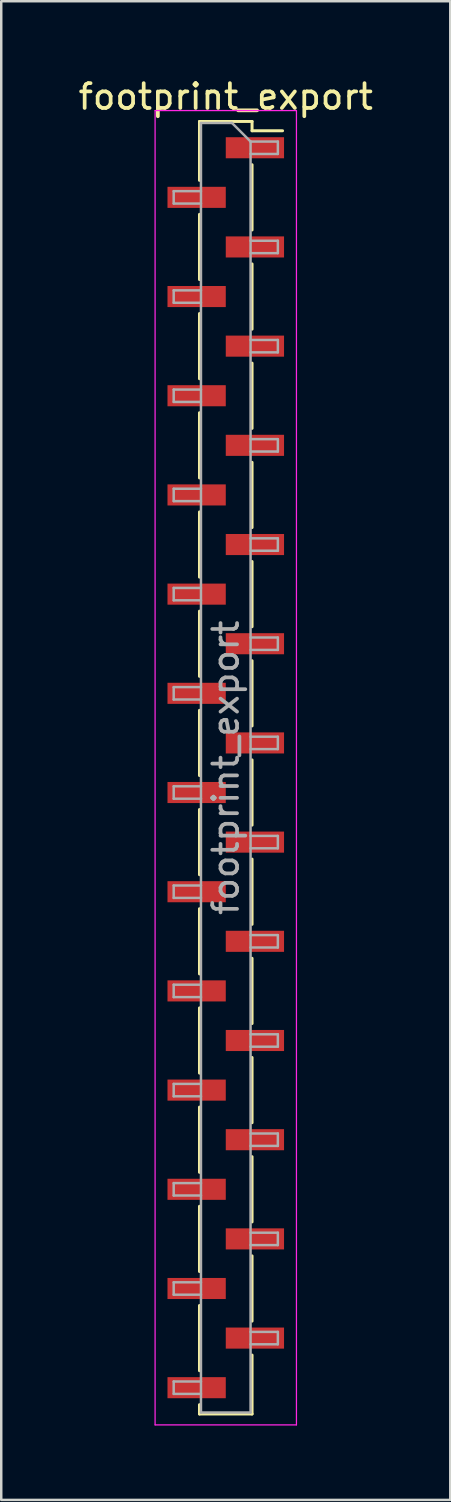
<source format=kicad_pcb>
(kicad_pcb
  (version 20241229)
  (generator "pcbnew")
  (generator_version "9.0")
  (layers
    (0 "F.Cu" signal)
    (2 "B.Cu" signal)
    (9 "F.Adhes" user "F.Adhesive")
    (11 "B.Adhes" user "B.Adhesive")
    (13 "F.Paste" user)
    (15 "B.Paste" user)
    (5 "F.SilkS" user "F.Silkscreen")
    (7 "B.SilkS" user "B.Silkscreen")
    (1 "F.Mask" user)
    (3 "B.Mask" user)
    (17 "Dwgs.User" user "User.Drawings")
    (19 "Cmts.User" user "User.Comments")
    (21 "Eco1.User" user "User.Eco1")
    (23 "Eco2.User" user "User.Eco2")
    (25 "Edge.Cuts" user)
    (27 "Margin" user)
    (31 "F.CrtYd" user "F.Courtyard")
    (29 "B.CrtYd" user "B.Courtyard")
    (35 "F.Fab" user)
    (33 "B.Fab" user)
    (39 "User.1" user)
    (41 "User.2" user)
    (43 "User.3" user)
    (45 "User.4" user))
  (footprint "footprint_export"
    (layer "F.Cu")
    (at 6.054 27.908)
    (property "Reference" "footprint_export" (at 0 -27.06 0) (layer "F.SilkS") (effects (font (size 1 1) (thickness 0.15))))
    (attr smd)
    (fp_line (start -1.06 -26.06) (end -1.06 -23.685) (stroke (width 0.12) (type solid)) (layer "F.SilkS"))
    (fp_line (start -1.06 -26.06) (end 1.06 -26.06) (stroke (width 0.12) (type solid)) (layer "F.SilkS"))
    (fp_line (start -1.06 -22.315) (end -1.06 -19.685) (stroke (width 0.12) (type solid)) (layer "F.SilkS"))
    (fp_line (start -1.06 -18.315) (end -1.06 -15.685) (stroke (width 0.12) (type solid)) (layer "F.SilkS"))
    (fp_line (start -1.06 -14.315) (end -1.06 -11.685) (stroke (width 0.12) (type solid)) (layer "F.SilkS"))
    (fp_line (start -1.06 -10.315) (end -1.06 -7.685) (stroke (width 0.12) (type solid)) (layer "F.SilkS"))
    (fp_line (start -1.06 -6.315) (end -1.06 -3.685) (stroke (width 0.12) (type solid)) (layer "F.SilkS"))
    (fp_line (start -1.06 -2.315) (end -1.06 0.315) (stroke (width 0.12) (type solid)) (layer "F.SilkS"))
    (fp_line (start -1.06 1.685) (end -1.06 4.315) (stroke (width 0.12) (type solid)) (layer "F.SilkS"))
    (fp_line (start -1.06 5.685) (end -1.06 8.315) (stroke (width 0.12) (type solid)) (layer "F.SilkS"))
    (fp_line (start -1.06 9.685) (end -1.06 12.315) (stroke (width 0.12) (type solid)) (layer "F.SilkS"))
    (fp_line (start -1.06 13.685) (end -1.06 16.315) (stroke (width 0.12) (type solid)) (layer "F.SilkS"))
    (fp_line (start -1.06 17.685) (end -1.06 20.315) (stroke (width 0.12) (type solid)) (layer "F.SilkS"))
    (fp_line (start -1.06 21.685) (end -1.06 24.315) (stroke (width 0.12) (type solid)) (layer "F.SilkS"))
    (fp_line (start -1.06 25.685) (end -1.06 26.06) (stroke (width 0.12) (type solid)) (layer "F.SilkS"))
    (fp_line (start -1.06 26.06) (end 1.06 26.06) (stroke (width 0.12) (type solid)) (layer "F.SilkS"))
    (fp_line (start 1.06 -26.06) (end 1.06 -25.685) (stroke (width 0.12) (type solid)) (layer "F.SilkS"))
    (fp_line (start 1.06 -25.685) (end 2.29 -25.685) (stroke (width 0.12) (type solid)) (layer "F.SilkS"))
    (fp_line (start 1.06 -24.315) (end 1.06 -21.685) (stroke (width 0.12) (type solid)) (layer "F.SilkS"))
    (fp_line (start 1.06 -20.315) (end 1.06 -17.685) (stroke (width 0.12) (type solid)) (layer "F.SilkS"))
    (fp_line (start 1.06 -16.315) (end 1.06 -13.685) (stroke (width 0.12) (type solid)) (layer "F.SilkS"))
    (fp_line (start 1.06 -12.315) (end 1.06 -9.685) (stroke (width 0.12) (type solid)) (layer "F.SilkS"))
    (fp_line (start 1.06 -8.315) (end 1.06 -5.685) (stroke (width 0.12) (type solid)) (layer "F.SilkS"))
    (fp_line (start 1.06 -4.315) (end 1.06 -1.685) (stroke (width 0.12) (type solid)) (layer "F.SilkS"))
    (fp_line (start 1.06 -0.315) (end 1.06 2.315) (stroke (width 0.12) (type solid)) (layer "F.SilkS"))
    (fp_line (start 1.06 3.685) (end 1.06 6.315) (stroke (width 0.12) (type solid)) (layer "F.SilkS"))
    (fp_line (start 1.06 7.685) (end 1.06 10.315) (stroke (width 0.12) (type solid)) (layer "F.SilkS"))
    (fp_line (start 1.06 11.685) (end 1.06 14.315) (stroke (width 0.12) (type solid)) (layer "F.SilkS"))
    (fp_line (start 1.06 15.685) (end 1.06 18.315) (stroke (width 0.12) (type solid)) (layer "F.SilkS"))
    (fp_line (start 1.06 19.685) (end 1.06 22.315) (stroke (width 0.12) (type solid)) (layer "F.SilkS"))
    (fp_line (start 1.06 23.685) (end 1.06 26.06) (stroke (width 0.12) (type solid)) (layer "F.SilkS"))
    (fp_line (start -2.85 -26.5) (end -2.85 26.5) (stroke (width 0.05) (type solid)) (layer "F.CrtYd"))
    (fp_line (start -2.85 26.5) (end 2.85 26.5) (stroke (width 0.05) (type solid)) (layer "F.CrtYd"))
    (fp_line (start 2.85 -26.5) (end -2.85 -26.5) (stroke (width 0.05) (type solid)) (layer "F.CrtYd"))
    (fp_line (start 2.85 26.5) (end 2.85 -26.5) (stroke (width 0.05) (type solid)) (layer "F.CrtYd"))
    (fp_line (start -2.1 -23.25) (end -2.1 -22.75) (stroke (width 0.1) (type solid)) (layer "F.Fab"))
    (fp_line (start -2.1 -22.75) (end -1 -22.75) (stroke (width 0.1) (type solid)) (layer "F.Fab"))
    (fp_line (start -2.1 -19.25) (end -2.1 -18.75) (stroke (width 0.1) (type solid)) (layer "F.Fab"))
    (fp_line (start -2.1 -18.75) (end -1 -18.75) (stroke (width 0.1) (type solid)) (layer "F.Fab"))
    (fp_line (start -2.1 -15.25) (end -2.1 -14.75) (stroke (width 0.1) (type solid)) (layer "F.Fab"))
    (fp_line (start -2.1 -14.75) (end -1 -14.75) (stroke (width 0.1) (type solid)) (layer "F.Fab"))
    (fp_line (start -2.1 -11.25) (end -2.1 -10.75) (stroke (width 0.1) (type solid)) (layer "F.Fab"))
    (fp_line (start -2.1 -10.75) (end -1 -10.75) (stroke (width 0.1) (type solid)) (layer "F.Fab"))
    (fp_line (start -2.1 -7.25) (end -2.1 -6.75) (stroke (width 0.1) (type solid)) (layer "F.Fab"))
    (fp_line (start -2.1 -6.75) (end -1 -6.75) (stroke (width 0.1) (type solid)) (layer "F.Fab"))
    (fp_line (start -2.1 -3.25) (end -2.1 -2.75) (stroke (width 0.1) (type solid)) (layer "F.Fab"))
    (fp_line (start -2.1 -2.75) (end -1 -2.75) (stroke (width 0.1) (type solid)) (layer "F.Fab"))
    (fp_line (start -2.1 0.75) (end -2.1 1.25) (stroke (width 0.1) (type solid)) (layer "F.Fab"))
    (fp_line (start -2.1 1.25) (end -1 1.25) (stroke (width 0.1) (type solid)) (layer "F.Fab"))
    (fp_line (start -2.1 4.75) (end -2.1 5.25) (stroke (width 0.1) (type solid)) (layer "F.Fab"))
    (fp_line (start -2.1 5.25) (end -1 5.25) (stroke (width 0.1) (type solid)) (layer "F.Fab"))
    (fp_line (start -2.1 8.75) (end -2.1 9.25) (stroke (width 0.1) (type solid)) (layer "F.Fab"))
    (fp_line (start -2.1 9.25) (end -1 9.25) (stroke (width 0.1) (type solid)) (layer "F.Fab"))
    (fp_line (start -2.1 12.75) (end -2.1 13.25) (stroke (width 0.1) (type solid)) (layer "F.Fab"))
    (fp_line (start -2.1 13.25) (end -1 13.25) (stroke (width 0.1) (type solid)) (layer "F.Fab"))
    (fp_line (start -2.1 16.75) (end -2.1 17.25) (stroke (width 0.1) (type solid)) (layer "F.Fab"))
    (fp_line (start -2.1 17.25) (end -1 17.25) (stroke (width 0.1) (type solid)) (layer "F.Fab"))
    (fp_line (start -2.1 20.75) (end -2.1 21.25) (stroke (width 0.1) (type solid)) (layer "F.Fab"))
    (fp_line (start -2.1 21.25) (end -1 21.25) (stroke (width 0.1) (type solid)) (layer "F.Fab"))
    (fp_line (start -2.1 24.75) (end -2.1 25.25) (stroke (width 0.1) (type solid)) (layer "F.Fab"))
    (fp_line (start -2.1 25.25) (end -1 25.25) (stroke (width 0.1) (type solid)) (layer "F.Fab"))
    (fp_line (start -1 -26) (end -1 26) (stroke (width 0.1) (type solid)) (layer "F.Fab"))
    (fp_line (start -1 -26) (end 0.25 -26) (stroke (width 0.1) (type solid)) (layer "F.Fab"))
    (fp_line (start -1 -23.25) (end -2.1 -23.25) (stroke (width 0.1) (type solid)) (layer "F.Fab"))
    (fp_line (start -1 -19.25) (end -2.1 -19.25) (stroke (width 0.1) (type solid)) (layer "F.Fab"))
    (fp_line (start -1 -15.25) (end -2.1 -15.25) (stroke (width 0.1) (type solid)) (layer "F.Fab"))
    (fp_line (start -1 -11.25) (end -2.1 -11.25) (stroke (width 0.1) (type solid)) (layer "F.Fab"))
    (fp_line (start -1 -7.25) (end -2.1 -7.25) (stroke (width 0.1) (type solid)) (layer "F.Fab"))
    (fp_line (start -1 -3.25) (end -2.1 -3.25) (stroke (width 0.1) (type solid)) (layer "F.Fab"))
    (fp_line (start -1 0.75) (end -2.1 0.75) (stroke (width 0.1) (type solid)) (layer "F.Fab"))
    (fp_line (start -1 4.75) (end -2.1 4.75) (stroke (width 0.1) (type solid)) (layer "F.Fab"))
    (fp_line (start -1 8.75) (end -2.1 8.75) (stroke (width 0.1) (type solid)) (layer "F.Fab"))
    (fp_line (start -1 12.75) (end -2.1 12.75) (stroke (width 0.1) (type solid)) (layer "F.Fab"))
    (fp_line (start -1 16.75) (end -2.1 16.75) (stroke (width 0.1) (type solid)) (layer "F.Fab"))
    (fp_line (start -1 20.75) (end -2.1 20.75) (stroke (width 0.1) (type solid)) (layer "F.Fab"))
    (fp_line (start -1 24.75) (end -2.1 24.75) (stroke (width 0.1) (type solid)) (layer "F.Fab"))
    (fp_line (start 1 -25.25) (end 0.25 -26) (stroke (width 0.1) (type solid)) (layer "F.Fab"))
    (fp_line (start 1 -25.25) (end 2.1 -25.25) (stroke (width 0.1) (type solid)) (layer "F.Fab"))
    (fp_line (start 1 -21.25) (end 2.1 -21.25) (stroke (width 0.1) (type solid)) (layer "F.Fab"))
    (fp_line (start 1 -17.25) (end 2.1 -17.25) (stroke (width 0.1) (type solid)) (layer "F.Fab"))
    (fp_line (start 1 -13.25) (end 2.1 -13.25) (stroke (width 0.1) (type solid)) (layer "F.Fab"))
    (fp_line (start 1 -9.25) (end 2.1 -9.25) (stroke (width 0.1) (type solid)) (layer "F.Fab"))
    (fp_line (start 1 -5.25) (end 2.1 -5.25) (stroke (width 0.1) (type solid)) (layer "F.Fab"))
    (fp_line (start 1 -1.25) (end 2.1 -1.25) (stroke (width 0.1) (type solid)) (layer "F.Fab"))
    (fp_line (start 1 2.75) (end 2.1 2.75) (stroke (width 0.1) (type solid)) (layer "F.Fab"))
    (fp_line (start 1 6.75) (end 2.1 6.75) (stroke (width 0.1) (type solid)) (layer "F.Fab"))
    (fp_line (start 1 10.75) (end 2.1 10.75) (stroke (width 0.1) (type solid)) (layer "F.Fab"))
    (fp_line (start 1 14.75) (end 2.1 14.75) (stroke (width 0.1) (type solid)) (layer "F.Fab"))
    (fp_line (start 1 18.75) (end 2.1 18.75) (stroke (width 0.1) (type solid)) (layer "F.Fab"))
    (fp_line (start 1 22.75) (end 2.1 22.75) (stroke (width 0.1) (type solid)) (layer "F.Fab"))
    (fp_line (start 1 26) (end -1 26) (stroke (width 0.1) (type solid)) (layer "F.Fab"))
    (fp_line (start 1 26) (end 1 -25.25) (stroke (width 0.1) (type solid)) (layer "F.Fab"))
    (fp_line (start 2.1 -25.25) (end 2.1 -24.75) (stroke (width 0.1) (type solid)) (layer "F.Fab"))
    (fp_line (start 2.1 -24.75) (end 1 -24.75) (stroke (width 0.1) (type solid)) (layer "F.Fab"))
    (fp_line (start 2.1 -21.25) (end 2.1 -20.75) (stroke (width 0.1) (type solid)) (layer "F.Fab"))
    (fp_line (start 2.1 -20.75) (end 1 -20.75) (stroke (width 0.1) (type solid)) (layer "F.Fab"))
    (fp_line (start 2.1 -17.25) (end 2.1 -16.75) (stroke (width 0.1) (type solid)) (layer "F.Fab"))
    (fp_line (start 2.1 -16.75) (end 1 -16.75) (stroke (width 0.1) (type solid)) (layer "F.Fab"))
    (fp_line (start 2.1 -13.25) (end 2.1 -12.75) (stroke (width 0.1) (type solid)) (layer "F.Fab"))
    (fp_line (start 2.1 -12.75) (end 1 -12.75) (stroke (width 0.1) (type solid)) (layer "F.Fab"))
    (fp_line (start 2.1 -9.25) (end 2.1 -8.75) (stroke (width 0.1) (type solid)) (layer "F.Fab"))
    (fp_line (start 2.1 -8.75) (end 1 -8.75) (stroke (width 0.1) (type solid)) (layer "F.Fab"))
    (fp_line (start 2.1 -5.25) (end 2.1 -4.75) (stroke (width 0.1) (type solid)) (layer "F.Fab"))
    (fp_line (start 2.1 -4.75) (end 1 -4.75) (stroke (width 0.1) (type solid)) (layer "F.Fab"))
    (fp_line (start 2.1 -1.25) (end 2.1 -0.75) (stroke (width 0.1) (type solid)) (layer "F.Fab"))
    (fp_line (start 2.1 -0.75) (end 1 -0.75) (stroke (width 0.1) (type solid)) (layer "F.Fab"))
    (fp_line (start 2.1 2.75) (end 2.1 3.25) (stroke (width 0.1) (type solid)) (layer "F.Fab"))
    (fp_line (start 2.1 3.25) (end 1 3.25) (stroke (width 0.1) (type solid)) (layer "F.Fab"))
    (fp_line (start 2.1 6.75) (end 2.1 7.25) (stroke (width 0.1) (type solid)) (layer "F.Fab"))
    (fp_line (start 2.1 7.25) (end 1 7.25) (stroke (width 0.1) (type solid)) (layer "F.Fab"))
    (fp_line (start 2.1 10.75) (end 2.1 11.25) (stroke (width 0.1) (type solid)) (layer "F.Fab"))
    (fp_line (start 2.1 11.25) (end 1 11.25) (stroke (width 0.1) (type solid)) (layer "F.Fab"))
    (fp_line (start 2.1 14.75) (end 2.1 15.25) (stroke (width 0.1) (type solid)) (layer "F.Fab"))
    (fp_line (start 2.1 15.25) (end 1 15.25) (stroke (width 0.1) (type solid)) (layer "F.Fab"))
    (fp_line (start 2.1 18.75) (end 2.1 19.25) (stroke (width 0.1) (type solid)) (layer "F.Fab"))
    (fp_line (start 2.1 19.25) (end 1 19.25) (stroke (width 0.1) (type solid)) (layer "F.Fab"))
    (fp_line (start 2.1 22.75) (end 2.1 23.25) (stroke (width 0.1) (type solid)) (layer "F.Fab"))
    (fp_line (start 2.1 23.25) (end 1 23.25) (stroke (width 0.1) (type solid)) (layer "F.Fab"))
    (fp_text user "${REFERENCE}" (at 0 0 90) (layer "F.Fab") (effects (font (size 1 1) (thickness 0.15))))
    (pad "1" smd rect (at 1.175 -25) (size 2.35 0.85) (layers "F.Cu" "F.Mask" "F.Paste"))
    (pad "2" smd rect (at -1.175 -23) (size 2.35 0.85) (layers "F.Cu" "F.Mask" "F.Paste"))
    (pad "3" smd rect (at 1.175 -21) (size 2.35 0.85) (layers "F.Cu" "F.Mask" "F.Paste"))
    (pad "4" smd rect (at -1.175 -19) (size 2.35 0.85) (layers "F.Cu" "F.Mask" "F.Paste"))
    (pad "5" smd rect (at 1.175 -17) (size 2.35 0.85) (layers "F.Cu" "F.Mask" "F.Paste"))
    (pad "6" smd rect (at -1.175 -15) (size 2.35 0.85) (layers "F.Cu" "F.Mask" "F.Paste"))
    (pad "7" smd rect (at 1.175 -13) (size 2.35 0.85) (layers "F.Cu" "F.Mask" "F.Paste"))
    (pad "8" smd rect (at -1.175 -11) (size 2.35 0.85) (layers "F.Cu" "F.Mask" "F.Paste"))
    (pad "9" smd rect (at 1.175 -9) (size 2.35 0.85) (layers "F.Cu" "F.Mask" "F.Paste"))
    (pad "10" smd rect (at -1.175 -7) (size 2.35 0.85) (layers "F.Cu" "F.Mask" "F.Paste"))
    (pad "11" smd rect (at 1.175 -5) (size 2.35 0.85) (layers "F.Cu" "F.Mask" "F.Paste"))
    (pad "12" smd rect (at -1.175 -3) (size 2.35 0.85) (layers "F.Cu" "F.Mask" "F.Paste"))
    (pad "13" smd rect (at 1.175 -1) (size 2.35 0.85) (layers "F.Cu" "F.Mask" "F.Paste"))
    (pad "14" smd rect (at -1.175 1) (size 2.35 0.85) (layers "F.Cu" "F.Mask" "F.Paste"))
    (pad "15" smd rect (at 1.175 3) (size 2.35 0.85) (layers "F.Cu" "F.Mask" "F.Paste"))
    (pad "16" smd rect (at -1.175 5) (size 2.35 0.85) (layers "F.Cu" "F.Mask" "F.Paste"))
    (pad "17" smd rect (at 1.175 7) (size 2.35 0.85) (layers "F.Cu" "F.Mask" "F.Paste"))
    (pad "18" smd rect (at -1.175 9) (size 2.35 0.85) (layers "F.Cu" "F.Mask" "F.Paste"))
    (pad "19" smd rect (at 1.175 11) (size 2.35 0.85) (layers "F.Cu" "F.Mask" "F.Paste"))
    (pad "20" smd rect (at -1.175 13) (size 2.35 0.85) (layers "F.Cu" "F.Mask" "F.Paste"))
    (pad "21" smd rect (at 1.175 15) (size 2.35 0.85) (layers "F.Cu" "F.Mask" "F.Paste"))
    (pad "22" smd rect (at -1.175 17) (size 2.35 0.85) (layers "F.Cu" "F.Mask" "F.Paste"))
    (pad "23" smd rect (at 1.175 19) (size 2.35 0.85) (layers "F.Cu" "F.Mask" "F.Paste"))
    (pad "24" smd rect (at -1.175 21) (size 2.35 0.85) (layers "F.Cu" "F.Mask" "F.Paste"))
    (pad "25" smd rect (at 1.175 23) (size 2.35 0.85) (layers "F.Cu" "F.Mask" "F.Paste"))
    (pad "26" smd rect (at -1.175 25) (size 2.35 0.85) (layers "F.Cu" "F.Mask" "F.Paste")))
  (gr_rect
    (start -3 -3)
    (end 15.107 57.433)
    (stroke (width 0.1) (type default))
    (fill no)
    (layer "Edge.Cuts")))
</source>
